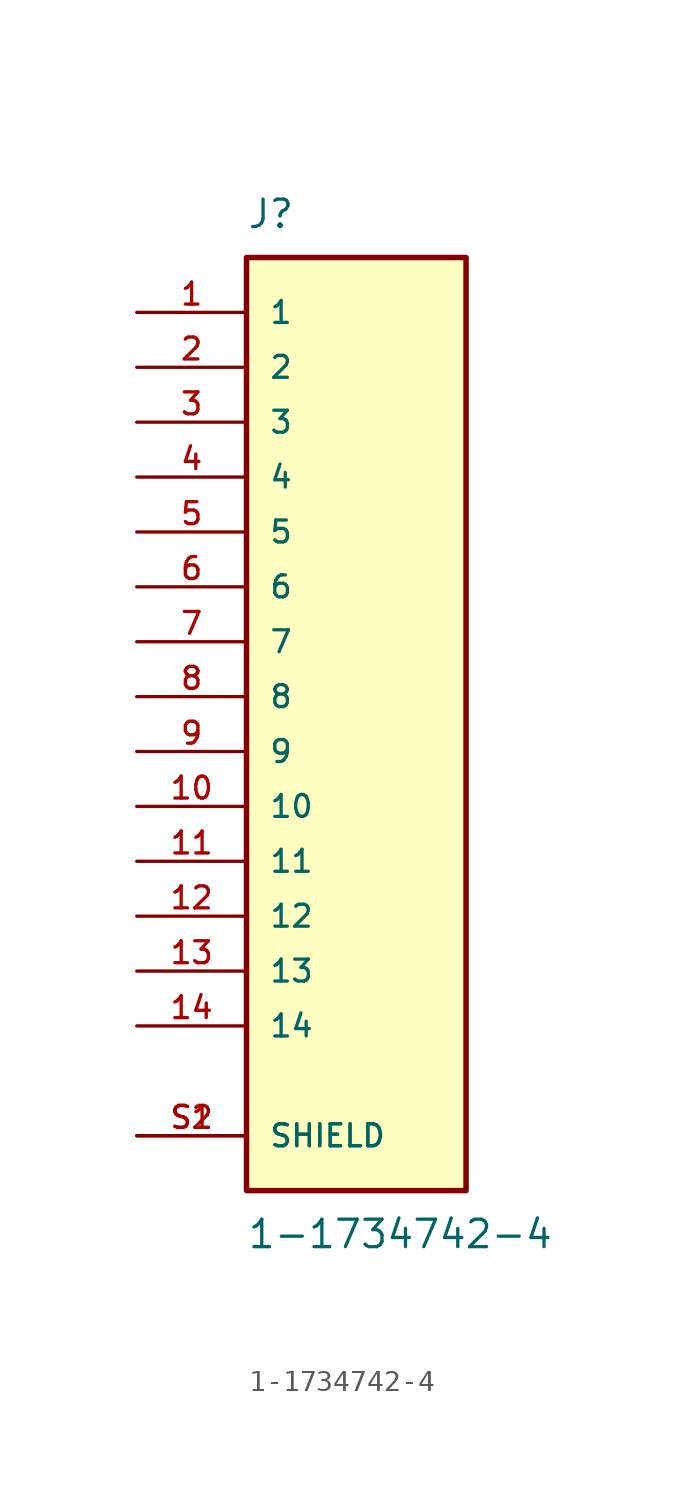
<source format=kicad_sym>
(kicad_symbol_lib
  (version 20211014)
  (generator kicad_symbol_editor)
  (symbol "1-1734742-4"
    (pin_names
      (offset 1.016))
    (property "Reference" "J"
      (at -5.08 21.59 0)
      (effects (font (size 1.27 1.27)) (justify bottom left)))
    (property "Value" "1-1734742-4"
      (at -5.08 -24.13 0)
      (effects (font (size 1.27 1.27)) (justify top left)))
    (symbol "1-1734742-4_0_0"
      (rectangle (start -5.08 -22.86) (end 5.08 20.32) (stroke (width 0.254)) (fill (type background)))
      (pin passive line (at -10.16 17.78 0) (length 5.08) (name "1" (effects (font (size 1.016 1.016)))) (number "1" (effects (font (size 1.016 1.016)))))
      (pin passive line (at -10.16 -20.32 0) (length 5.08) (name "SHIELD" (effects (font (size 1.016 1.016)))) (number "S1" (effects (font (size 1.016 1.016)))))
      (pin passive line (at -10.16 -20.32 0) (length 5.08) (name "SHIELD" (effects (font (size 1.016 1.016)))) (number "S2" (effects (font (size 1.016 1.016)))))
      (pin passive line (at -10.16 15.24 0) (length 5.08) (name "2" (effects (font (size 1.016 1.016)))) (number "2" (effects (font (size 1.016 1.016)))))
      (pin passive line (at -10.16 12.7 0) (length 5.08) (name "3" (effects (font (size 1.016 1.016)))) (number "3" (effects (font (size 1.016 1.016)))))
      (pin passive line (at -10.16 10.16 0) (length 5.08) (name "4" (effects (font (size 1.016 1.016)))) (number "4" (effects (font (size 1.016 1.016)))))
      (pin passive line (at -10.16 7.62 0) (length 5.08) (name "5" (effects (font (size 1.016 1.016)))) (number "5" (effects (font (size 1.016 1.016)))))
      (pin passive line (at -10.16 5.08 0) (length 5.08) (name "6" (effects (font (size 1.016 1.016)))) (number "6" (effects (font (size 1.016 1.016)))))
      (pin passive line (at -10.16 2.54 0) (length 5.08) (name "7" (effects (font (size 1.016 1.016)))) (number "7" (effects (font (size 1.016 1.016)))))
      (pin passive line (at -10.16 0.0 0) (length 5.08) (name "8" (effects (font (size 1.016 1.016)))) (number "8" (effects (font (size 1.016 1.016)))))
      (pin passive line (at -10.16 -2.54 0) (length 5.08) (name "9" (effects (font (size 1.016 1.016)))) (number "9" (effects (font (size 1.016 1.016)))))
      (pin passive line (at -10.16 -5.08 0) (length 5.08) (name "10" (effects (font (size 1.016 1.016)))) (number "10" (effects (font (size 1.016 1.016)))))
      (pin passive line (at -10.16 -7.62 0) (length 5.08) (name "11" (effects (font (size 1.016 1.016)))) (number "11" (effects (font (size 1.016 1.016)))))
      (pin passive line (at -10.16 -10.16 0) (length 5.08) (name "12" (effects (font (size 1.016 1.016)))) (number "12" (effects (font (size 1.016 1.016)))))
      (pin passive line (at -10.16 -12.7 0) (length 5.08) (name "13" (effects (font (size 1.016 1.016)))) (number "13" (effects (font (size 1.016 1.016)))))
      (pin passive line (at -10.16 -15.24 0) (length 5.08) (name "14" (effects (font (size 1.016 1.016)))) (number "14" (effects (font (size 1.016 1.016))))))))
</source>
